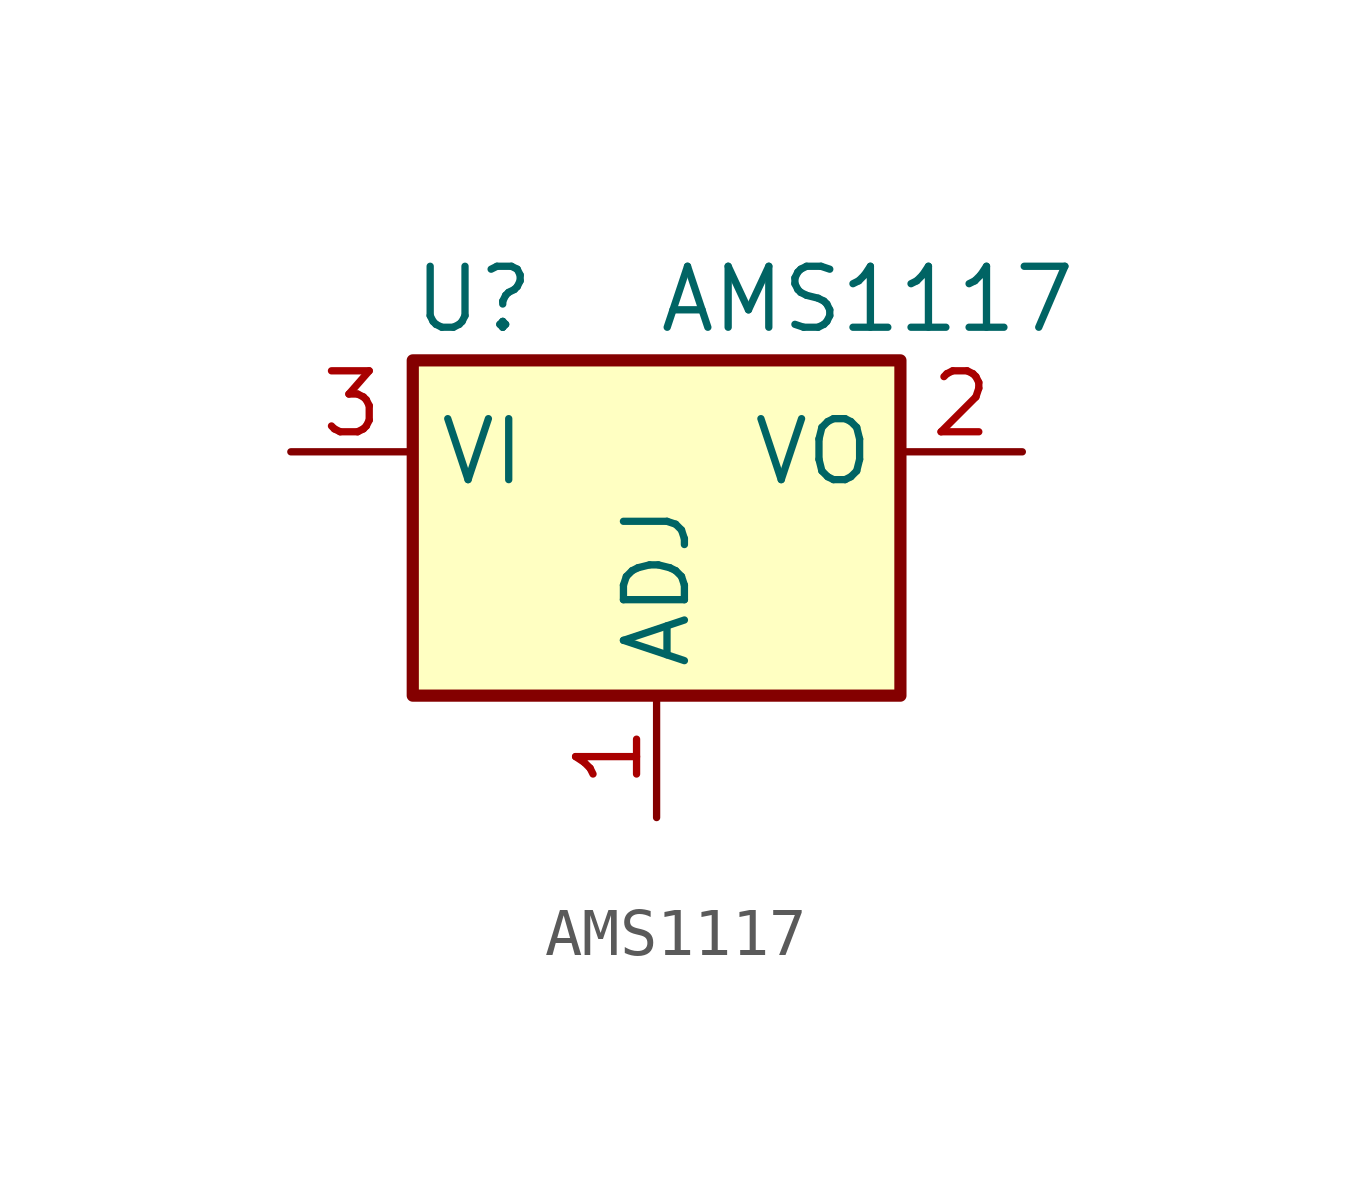
<source format=kicad_sym>
(kicad_symbol_lib
  (version 20241209)
  (generator "kicad_symbol_editor")
  (generator_version "9.0")
  (symbol "AMS1117"
    (property "Reference" "U"
      (at -3.81 3.175 0)
      (effects (font (size 1.27 1.27))))
    (property "Value" "AMS1117"
      (at 0 3.175 0)
      (effects (font (size 1.27 1.27)) (justify left)))
    (symbol "AMS1117_0_1"
      (rectangle (start -5.08 -5.08) (end 5.08 1.905) (stroke (width 0.254) (type default)) (fill (type background))))
    (symbol "AMS1117_1_1"
      (pin power_in line (at -7.62 0 0) (length 2.54) (name "VI" (effects (font (size 1.27 1.27)))) (number "3" (effects (font (size 1.27 1.27)))))
      (pin input line (at 0 -7.62 90) (length 2.54) (name "ADJ" (effects (font (size 1.27 1.27)))) (number "1" (effects (font (size 1.27 1.27)))))
      (pin power_out line (at 7.62 0 180) (length 2.54) (name "VO" (effects (font (size 1.27 1.27)))) (number "2" (effects (font (size 1.27 1.27))))))))
</source>
